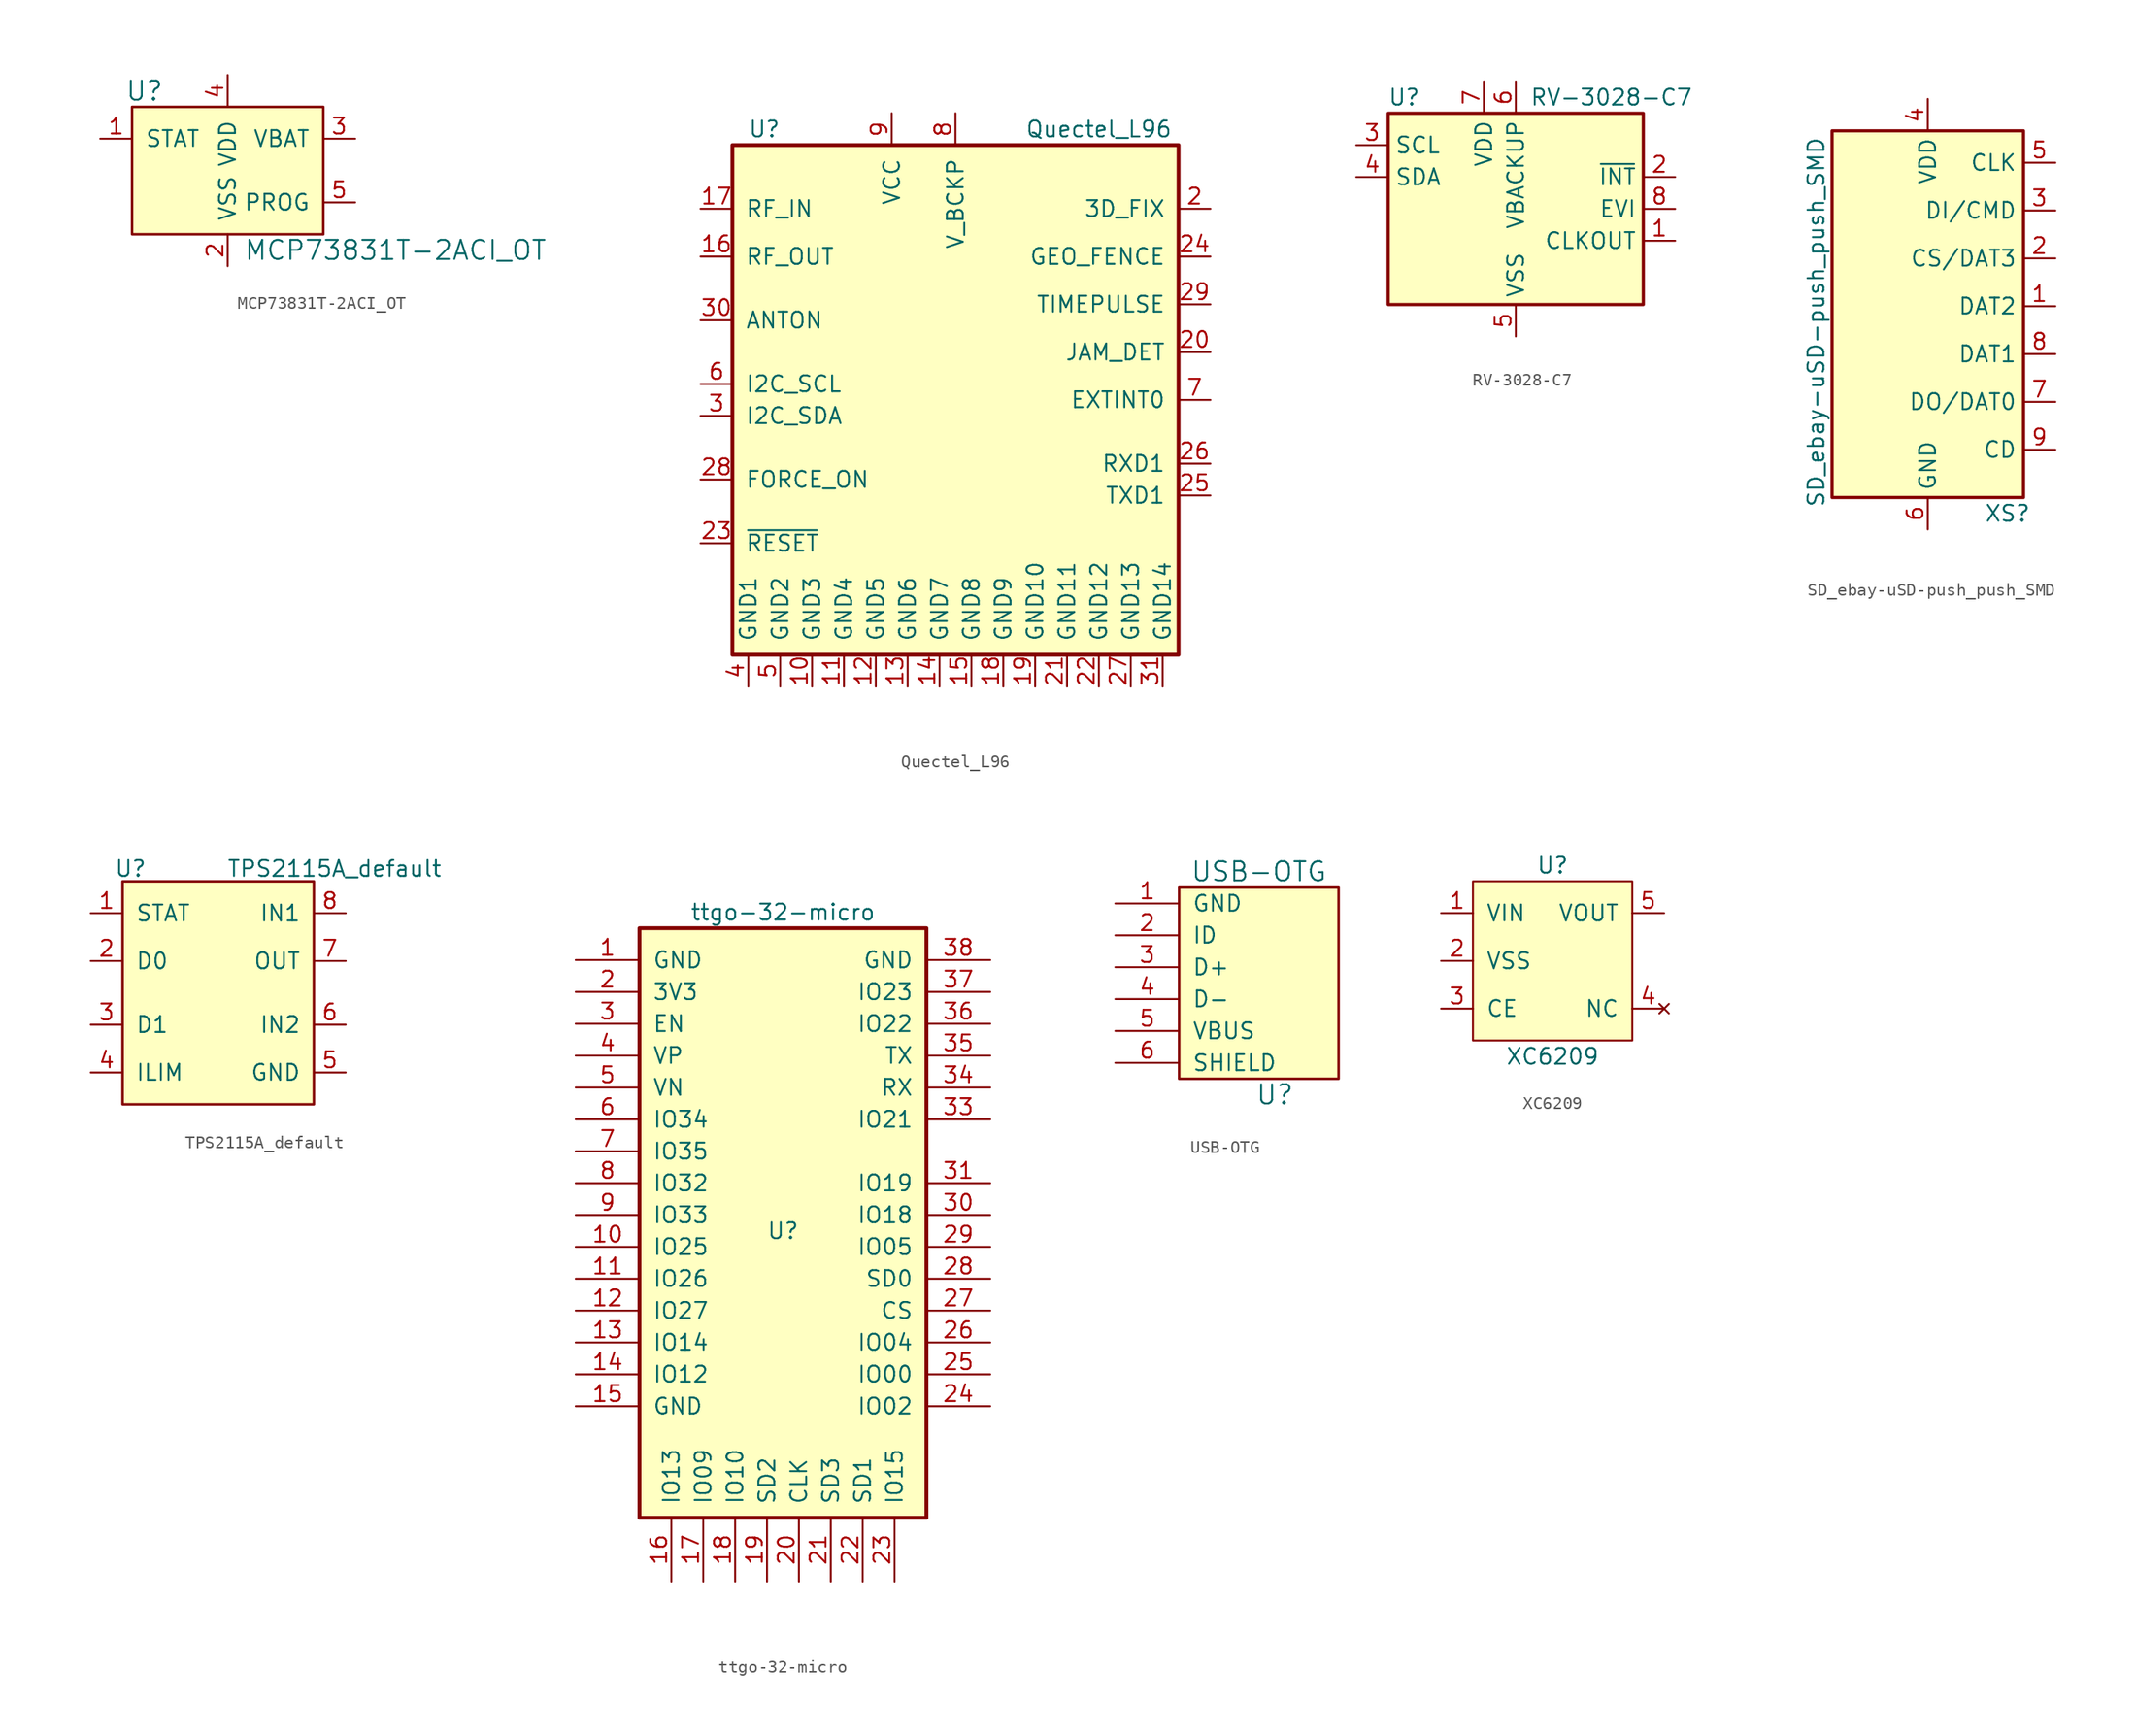
<source format=kicad_sym>
(kicad_symbol_lib
  (version 20210619)
  (generator kicad_symbol_editor)
  (symbol "open-Smartwatch:MCP73831T-2ACI_OT"
    (pin_names
      (offset 1.016))
    (property "Reference" "U"
      (at -5.08 6.35 0)
      (effects (font (size 1.524 1.524)) (justify right)))
    (property "Value" "MCP73831T-2ACI_OT"
      (at 1.27 -6.35 0)
      (effects (font (size 1.524 1.524)) (justify left)))
    (symbol "MCP73831T-2ACI_OT_0_1"
      (rectangle (start 7.62 5.08) (end -7.62 -5.08) (stroke (width 0.203)) (fill (type background))))
    (symbol "MCP73831T-2ACI_OT_1_1"
      (pin output line (at -10.16 2.54 0) (length 2.54) (name "STAT" (effects (font (size 1.27 1.27)))) (number "1" (effects (font (size 1.27 1.27)))))
      (pin power_in line (at 0 -7.62 90) (length 2.54) (name "VSS" (effects (font (size 1.27 1.27)))) (number "2" (effects (font (size 1.27 1.27)))))
      (pin power_out line (at 10.16 2.54 180) (length 2.54) (name "VBAT" (effects (font (size 1.27 1.27)))) (number "3" (effects (font (size 1.27 1.27)))))
      (pin power_in line (at 0 7.62 270) (length 2.54) (name "VDD" (effects (font (size 1.27 1.27)))) (number "4" (effects (font (size 1.27 1.27)))))
      (pin input line (at 10.16 -2.54 180) (length 2.54) (name "PROG" (effects (font (size 1.27 1.27)))) (number "5" (effects (font (size 1.27 1.27)))))))
  (symbol "open-Smartwatch:Quectel_L96"
    (pin_names
      (offset 1.016))
    (property "Reference" "U"
      (at -15.24 21.59 0)
      (effects (font (size 1.27 1.27))))
    (property "Value" "Quectel_L96"
      (at 11.43 21.59 0)
      (effects (font (size 1.27 1.27))))
    (symbol "Quectel_L96_0_0"
      (pin no_connect line (at 17.78 -11.43 180) (length 2.54) hide (name "NC1" (effects (font (size 1.27 1.27)))) (number "1" (effects (font (size 1.27 1.27)))))
      (pin power_in line (at -11.43 -22.86 90) (length 2.54) (name "GND3" (effects (font (size 1.27 1.27)))) (number "10" (effects (font (size 1.27 1.27)))))
      (pin power_in line (at -8.89 -22.86 90) (length 2.54) (name "GND4" (effects (font (size 1.27 1.27)))) (number "11" (effects (font (size 1.27 1.27)))))
      (pin power_in line (at -6.35 -22.86 90) (length 2.54) (name "GND5" (effects (font (size 1.27 1.27)))) (number "12" (effects (font (size 1.27 1.27)))))
      (pin power_in line (at -3.81 -22.86 90) (length 2.54) (name "GND6" (effects (font (size 1.27 1.27)))) (number "13" (effects (font (size 1.27 1.27)))))
      (pin power_in line (at -1.27 -22.86 90) (length 2.54) (name "GND7" (effects (font (size 1.27 1.27)))) (number "14" (effects (font (size 1.27 1.27)))))
      (pin power_in line (at 1.27 -22.86 90) (length 2.54) (name "GND8" (effects (font (size 1.27 1.27)))) (number "15" (effects (font (size 1.27 1.27)))))
      (pin output line (at -20.32 11.43 0) (length 2.54) (name "RF_OUT" (effects (font (size 1.27 1.27)))) (number "16" (effects (font (size 1.27 1.27)))))
      (pin input line (at -20.32 15.24 0) (length 2.54) (name "RF_IN" (effects (font (size 1.27 1.27)))) (number "17" (effects (font (size 1.27 1.27)))))
      (pin power_in line (at 3.81 -22.86 90) (length 2.54) (name "GND9" (effects (font (size 1.27 1.27)))) (number "18" (effects (font (size 1.27 1.27)))))
      (pin power_in line (at 6.35 -22.86 90) (length 2.54) (name "GND10" (effects (font (size 1.27 1.27)))) (number "19" (effects (font (size 1.27 1.27)))))
      (pin output line (at 20.32 15.24 180) (length 2.54) (name "3D_FIX" (effects (font (size 1.27 1.27)))) (number "2" (effects (font (size 1.27 1.27)))))
      (pin output line (at 20.32 3.81 180) (length 2.54) (name "JAM_DET" (effects (font (size 1.27 1.27)))) (number "20" (effects (font (size 1.27 1.27)))))
      (pin power_in line (at 8.89 -22.86 90) (length 2.54) (name "GND11" (effects (font (size 1.27 1.27)))) (number "21" (effects (font (size 1.27 1.27)))))
      (pin power_in line (at 11.43 -22.86 90) (length 2.54) (name "GND12" (effects (font (size 1.27 1.27)))) (number "22" (effects (font (size 1.27 1.27)))))
      (pin input line (at -20.32 -11.43 0) (length 2.54) (name "~{RESET}" (effects (font (size 1.27 1.27)))) (number "23" (effects (font (size 1.27 1.27)))))
      (pin output line (at 20.32 11.43 180) (length 2.54) (name "GEO_FENCE" (effects (font (size 1.27 1.27)))) (number "24" (effects (font (size 1.27 1.27)))))
      (pin output line (at 20.32 -7.62 180) (length 2.54) (name "TXD1" (effects (font (size 1.27 1.27)))) (number "25" (effects (font (size 1.27 1.27)))))
      (pin input line (at 20.32 -5.08 180) (length 2.54) (name "RXD1" (effects (font (size 1.27 1.27)))) (number "26" (effects (font (size 1.27 1.27)))))
      (pin power_in line (at 13.97 -22.86 90) (length 2.54) (name "GND13" (effects (font (size 1.27 1.27)))) (number "27" (effects (font (size 1.27 1.27)))))
      (pin input line (at -20.32 -6.35 0) (length 2.54) (name "FORCE_ON" (effects (font (size 1.27 1.27)))) (number "28" (effects (font (size 1.27 1.27)))))
      (pin output line (at 20.32 7.62 180) (length 2.54) (name "TIMEPULSE" (effects (font (size 1.27 1.27)))) (number "29" (effects (font (size 1.27 1.27)))))
      (pin bidirectional line (at -20.32 -1.27 0) (length 2.54) (name "I2C_SDA" (effects (font (size 1.27 1.27)))) (number "3" (effects (font (size 1.27 1.27)))))
      (pin output line (at -20.32 6.35 0) (length 2.54) (name "ANTON" (effects (font (size 1.27 1.27)))) (number "30" (effects (font (size 1.27 1.27)))))
      (pin power_in line (at 16.51 -22.86 90) (length 2.54) (name "GND14" (effects (font (size 1.27 1.27)))) (number "31" (effects (font (size 1.27 1.27)))))
      (pin power_in line (at -16.51 -22.86 90) (length 2.54) (name "GND1" (effects (font (size 1.27 1.27)))) (number "4" (effects (font (size 1.27 1.27)))))
      (pin power_in line (at -13.97 -22.86 90) (length 2.54) (name "GND2" (effects (font (size 1.27 1.27)))) (number "5" (effects (font (size 1.27 1.27)))))
      (pin bidirectional line (at -20.32 1.27 0) (length 2.54) (name "I2C_SCL" (effects (font (size 1.27 1.27)))) (number "6" (effects (font (size 1.27 1.27)))))
      (pin input line (at 20.32 0 180) (length 2.54) (name "EXTINT0" (effects (font (size 1.27 1.27)))) (number "7" (effects (font (size 1.27 1.27)))))
      (pin power_in line (at 0 22.86 270) (length 2.54) (name "V_BCKP" (effects (font (size 1.27 1.27)))) (number "8" (effects (font (size 1.27 1.27)))))
      (pin power_in line (at -5.08 22.86 270) (length 2.54) (name "VCC" (effects (font (size 1.27 1.27)))) (number "9" (effects (font (size 1.27 1.27))))))
    (symbol "Quectel_L96_0_1"
      (rectangle (start -17.78 20.32) (end 17.78 -20.32) (stroke (width 0.305)) (fill (type background)))))
  (symbol "open-Smartwatch:RV-3028-C7"
    (property "Reference" "U"
      (at -8.89 8.89 0)
      (effects (font (size 1.27 1.27))))
    (property "Value" "RV-3028-C7"
      (at 7.62 8.89 0)
      (effects (font (size 1.27 1.27))))
    (symbol "RV-3028-C7_0_1"
      (rectangle (start 10.16 7.62) (end -10.16 -7.62) (stroke (width 0.254)) (fill (type background))))
    (symbol "RV-3028-C7_1_1"
      (pin open_collector line (at 12.7 -2.54 180) (length 2.54) (name "CLKOUT" (effects (font (size 1.27 1.27)))) (number "1" (effects (font (size 1.27 1.27)))))
      (pin open_collector line (at 12.7 2.54 180) (length 2.54) (name "~{INT}" (effects (font (size 1.27 1.27)))) (number "2" (effects (font (size 1.27 1.27)))))
      (pin input line (at -12.7 5.08 0) (length 2.54) (name "SCL" (effects (font (size 1.27 1.27)))) (number "3" (effects (font (size 1.27 1.27)))))
      (pin bidirectional line (at -12.7 2.54 0) (length 2.54) (name "SDA" (effects (font (size 1.27 1.27)))) (number "4" (effects (font (size 1.27 1.27)))))
      (pin power_in line (at 0 -10.16 90) (length 2.54) (name "VSS" (effects (font (size 1.27 1.27)))) (number "5" (effects (font (size 1.27 1.27)))))
      (pin power_in line (at 0 10.16 270) (length 2.54) (name "VBACKUP" (effects (font (size 1.27 1.27)))) (number "6" (effects (font (size 1.27 1.27)))))
      (pin power_in line (at -2.54 10.16 270) (length 2.54) (name "VDD" (effects (font (size 1.27 1.27)))) (number "7" (effects (font (size 1.27 1.27)))))
      (pin input line (at 12.7 0 180) (length 2.54) (name "EVI" (effects (font (size 1.27 1.27)))) (number "8" (effects (font (size 1.27 1.27)))))))
  (symbol "open-Smartwatch:SD_ebay-uSD-push_push_SMD"
    (property "Reference" "XS"
      (at 6.35 -16.51 0)
      (effects (font (size 1.27 1.27))))
    (property "Value" "SD_ebay-uSD-push_push_SMD"
      (at -8.89 -1.27 90)
      (effects (font (size 1.27 1.27))))
    (symbol "SD_ebay-uSD-push_push_SMD_0_0"
      (rectangle (start 7.62 13.97) (end -7.62 -15.24) (stroke (width 0.254)) (fill (type background))))
    (symbol "SD_ebay-uSD-push_push_SMD_1_1"
      (pin bidirectional line (at 10.16 0 180) (length 2.54) (name "DAT2" (effects (font (size 1.27 1.27)))) (number "1" (effects (font (size 1.27 1.27)))))
      (pin input line (at 10.16 3.81 180) (length 2.54) (name "CS/DAT3" (effects (font (size 1.27 1.27)))) (number "2" (effects (font (size 1.27 1.27)))))
      (pin input line (at 10.16 7.62 180) (length 2.54) (name "DI/CMD" (effects (font (size 1.27 1.27)))) (number "3" (effects (font (size 1.27 1.27)))))
      (pin input line (at 0 16.51 270) (length 2.54) (name "VDD" (effects (font (size 1.27 1.27)))) (number "4" (effects (font (size 1.27 1.27)))))
      (pin input line (at 10.16 11.43 180) (length 2.54) (name "CLK" (effects (font (size 1.27 1.27)))) (number "5" (effects (font (size 1.27 1.27)))))
      (pin input line (at 0 -17.78 90) (length 2.54) (name "GND" (effects (font (size 1.27 1.27)))) (number "6" (effects (font (size 1.27 1.27)))))
      (pin input line (at 10.16 -7.62 180) (length 2.54) (name "DO/DAT0" (effects (font (size 1.27 1.27)))) (number "7" (effects (font (size 1.27 1.27)))))
      (pin bidirectional line (at 10.16 -3.81 180) (length 2.54) (name "DAT1" (effects (font (size 1.27 1.27)))) (number "8" (effects (font (size 1.27 1.27)))))
      (pin input line (at 10.16 -11.43 180) (length 2.54) (name "CD" (effects (font (size 1.27 1.27)))) (number "9" (effects (font (size 1.27 1.27)))))))
  (symbol "open-Smartwatch:TPS2115A_default"
    (pin_names
      (offset 1.016))
    (property "Reference" "U"
      (at -6.985 9.906 0)
      (effects (font (size 1.27 1.27))))
    (property "Value" "TPS2115A_default"
      (at 9.271 9.906 0)
      (effects (font (size 1.27 1.27))))
    (symbol "TPS2115A_default_0_0"
      (pin passive line (at -10.16 6.35 0) (length 2.54) (name "STAT" (effects (font (size 1.27 1.27)))) (number "1" (effects (font (size 1.27 1.27)))))
      (pin passive line (at -10.16 2.54 0) (length 2.54) (name "D0" (effects (font (size 1.27 1.27)))) (number "2" (effects (font (size 1.27 1.27)))))
      (pin input line (at -10.16 -2.54 0) (length 2.54) (name "D1" (effects (font (size 1.27 1.27)))) (number "3" (effects (font (size 1.27 1.27)))))
      (pin passive line (at -10.16 -6.35 0) (length 2.54) (name "ILIM" (effects (font (size 1.27 1.27)))) (number "4" (effects (font (size 1.27 1.27)))))
      (pin power_in line (at 10.16 -6.35 180) (length 2.54) (name "GND" (effects (font (size 1.27 1.27)))) (number "5" (effects (font (size 1.27 1.27)))))
      (pin power_in line (at 10.16 -2.54 180) (length 2.54) (name "IN2" (effects (font (size 1.27 1.27)))) (number "6" (effects (font (size 1.27 1.27)))))
      (pin power_out line (at 10.16 2.54 180) (length 2.54) (name "OUT" (effects (font (size 1.27 1.27)))) (number "7" (effects (font (size 1.27 1.27)))))
      (pin power_in line (at 10.16 6.35 180) (length 2.54) (name "IN1" (effects (font (size 1.27 1.27)))) (number "8" (effects (font (size 1.27 1.27))))))
    (symbol "TPS2115A_default_0_1"
      (rectangle (start -7.62 8.89) (end 7.62 -8.89) (stroke (width 0.203)) (fill (type background)))))
  (symbol "open-Smartwatch:ttgo-32-micro"
    (pin_names
      (offset 1.016))
    (property "Reference" "U"
      (at 0 -3.81 0)
      (effects (font (size 1.27 1.27))))
    (property "Value" "ttgo-32-micro"
      (at 0 21.59 0)
      (effects (font (size 1.27 1.27))))
    (symbol "ttgo-32-micro_0_1"
      (rectangle (start -11.43 20.32) (end 11.43 -26.67) (stroke (width 0.305)) (fill (type background))))
    (symbol "ttgo-32-micro_1_1"
      (pin power_in line (at -16.51 17.78 0) (length 5.08) (name "GND" (effects (font (size 1.27 1.27)))) (number "1" (effects (font (size 1.27 1.27)))))
      (pin bidirectional line (at -16.51 -5.08 0) (length 5.08) (name "IO25" (effects (font (size 1.27 1.27)))) (number "10" (effects (font (size 1.27 1.27)))))
      (pin bidirectional line (at -16.51 -7.62 0) (length 5.08) (name "IO26" (effects (font (size 1.27 1.27)))) (number "11" (effects (font (size 1.27 1.27)))))
      (pin bidirectional line (at -16.51 -10.16 0) (length 5.08) (name "IO27" (effects (font (size 1.27 1.27)))) (number "12" (effects (font (size 1.27 1.27)))))
      (pin bidirectional line (at -16.51 -12.7 0) (length 5.08) (name "IO14" (effects (font (size 1.27 1.27)))) (number "13" (effects (font (size 1.27 1.27)))))
      (pin bidirectional line (at -16.51 -15.24 0) (length 5.08) (name "IO12" (effects (font (size 1.27 1.27)))) (number "14" (effects (font (size 1.27 1.27)))))
      (pin power_in line (at -16.51 -17.78 0) (length 5.08) (name "GND" (effects (font (size 1.27 1.27)))) (number "15" (effects (font (size 1.27 1.27)))))
      (pin bidirectional line (at -8.89 -31.75 90) (length 5.08) (name "IO13" (effects (font (size 1.27 1.27)))) (number "16" (effects (font (size 1.27 1.27)))))
      (pin bidirectional line (at -6.35 -31.75 90) (length 5.08) (name "IO09" (effects (font (size 1.27 1.27)))) (number "17" (effects (font (size 1.27 1.27)))))
      (pin bidirectional line (at -3.81 -31.75 90) (length 5.08) (name "IO10" (effects (font (size 1.27 1.27)))) (number "18" (effects (font (size 1.27 1.27)))))
      (pin bidirectional line (at -1.27 -31.75 90) (length 5.08) (name "SD2" (effects (font (size 1.27 1.27)))) (number "19" (effects (font (size 1.27 1.27)))))
      (pin power_in line (at -16.51 15.24 0) (length 5.08) (name "3V3" (effects (font (size 1.27 1.27)))) (number "2" (effects (font (size 1.27 1.27)))))
      (pin bidirectional line (at 1.27 -31.75 90) (length 5.08) (name "CLK" (effects (font (size 1.27 1.27)))) (number "20" (effects (font (size 1.27 1.27)))))
      (pin bidirectional line (at 3.81 -31.75 90) (length 5.08) (name "SD3" (effects (font (size 1.27 1.27)))) (number "21" (effects (font (size 1.27 1.27)))))
      (pin bidirectional line (at 6.35 -31.75 90) (length 5.08) (name "SD1" (effects (font (size 1.27 1.27)))) (number "22" (effects (font (size 1.27 1.27)))))
      (pin bidirectional line (at 8.89 -31.75 90) (length 5.08) (name "IO15" (effects (font (size 1.27 1.27)))) (number "23" (effects (font (size 1.27 1.27)))))
      (pin bidirectional line (at 16.51 -17.78 180) (length 5.08) (name "IO02" (effects (font (size 1.27 1.27)))) (number "24" (effects (font (size 1.27 1.27)))))
      (pin bidirectional line (at 16.51 -15.24 180) (length 5.08) (name "IO00" (effects (font (size 1.27 1.27)))) (number "25" (effects (font (size 1.27 1.27)))))
      (pin bidirectional line (at 16.51 -12.7 180) (length 5.08) (name "IO04" (effects (font (size 1.27 1.27)))) (number "26" (effects (font (size 1.27 1.27)))))
      (pin bidirectional line (at 16.51 -10.16 180) (length 5.08) (name "CS" (effects (font (size 1.27 1.27)))) (number "27" (effects (font (size 1.27 1.27)))))
      (pin bidirectional line (at 16.51 -7.62 180) (length 5.08) (name "SD0" (effects (font (size 1.27 1.27)))) (number "28" (effects (font (size 1.27 1.27)))))
      (pin bidirectional line (at 16.51 -5.08 180) (length 5.08) (name "IO05" (effects (font (size 1.27 1.27)))) (number "29" (effects (font (size 1.27 1.27)))))
      (pin input line (at -16.51 12.7 0) (length 5.08) (name "EN" (effects (font (size 1.27 1.27)))) (number "3" (effects (font (size 1.27 1.27)))))
      (pin bidirectional line (at 16.51 -2.54 180) (length 5.08) (name "IO18" (effects (font (size 1.27 1.27)))) (number "30" (effects (font (size 1.27 1.27)))))
      (pin bidirectional line (at 16.51 0 180) (length 5.08) (name "IO19" (effects (font (size 1.27 1.27)))) (number "31" (effects (font (size 1.27 1.27)))))
      (pin no_connect line (at 11.43 2.54 0) (length 5.08) hide (name "NC" (effects (font (size 1.27 1.27)))) (number "32" (effects (font (size 1.27 1.27)))))
      (pin bidirectional line (at 16.51 5.08 180) (length 5.08) (name "IO21" (effects (font (size 1.27 1.27)))) (number "33" (effects (font (size 1.27 1.27)))))
      (pin bidirectional line (at 16.51 7.62 180) (length 5.08) (name "RX" (effects (font (size 1.27 1.27)))) (number "34" (effects (font (size 1.27 1.27)))))
      (pin bidirectional line (at 16.51 10.16 180) (length 5.08) (name "TX" (effects (font (size 1.27 1.27)))) (number "35" (effects (font (size 1.27 1.27)))))
      (pin bidirectional line (at 16.51 12.7 180) (length 5.08) (name "IO22" (effects (font (size 1.27 1.27)))) (number "36" (effects (font (size 1.27 1.27)))))
      (pin bidirectional line (at 16.51 15.24 180) (length 5.08) (name "IO23" (effects (font (size 1.27 1.27)))) (number "37" (effects (font (size 1.27 1.27)))))
      (pin power_in line (at 16.51 17.78 180) (length 5.08) (name "GND" (effects (font (size 1.27 1.27)))) (number "38" (effects (font (size 1.27 1.27)))))
      (pin bidirectional line (at -16.51 10.16 0) (length 5.08) (name "VP" (effects (font (size 1.27 1.27)))) (number "4" (effects (font (size 1.27 1.27)))))
      (pin bidirectional line (at -16.51 7.62 0) (length 5.08) (name "VN" (effects (font (size 1.27 1.27)))) (number "5" (effects (font (size 1.27 1.27)))))
      (pin bidirectional line (at -16.51 5.08 0) (length 5.08) (name "IO34" (effects (font (size 1.27 1.27)))) (number "6" (effects (font (size 1.27 1.27)))))
      (pin bidirectional line (at -16.51 2.54 0) (length 5.08) (name "IO35" (effects (font (size 1.27 1.27)))) (number "7" (effects (font (size 1.27 1.27)))))
      (pin bidirectional line (at -16.51 0 0) (length 5.08) (name "IO32" (effects (font (size 1.27 1.27)))) (number "8" (effects (font (size 1.27 1.27)))))
      (pin bidirectional line (at -16.51 -2.54 0) (length 5.08) (name "IO33" (effects (font (size 1.27 1.27)))) (number "9" (effects (font (size 1.27 1.27)))))))
  (symbol "open-Smartwatch:USB-OTG"
    (pin_names
      (offset 1.016))
    (property "Reference" "U"
      (at 6.35 -5.08 0)
      (effects (font (size 1.524 1.524))))
    (property "Value" "USB-OTG"
      (at 5.08 12.7 0)
      (effects (font (size 1.524 1.524))))
    (symbol "USB-OTG_0_1"
      (rectangle (start -1.27 11.43) (end 11.43 -3.81) (stroke (width 0.203)) (fill (type background))))
    (symbol "USB-OTG_1_1"
      (pin power_in line (at -6.35 10.16 0) (length 5.08) (name "GND" (effects (font (size 1.27 1.27)))) (number "1" (effects (font (size 1.27 1.27)))))
      (pin input line (at -6.35 7.62 0) (length 5.08) (name "ID" (effects (font (size 1.27 1.27)))) (number "2" (effects (font (size 1.27 1.27)))))
      (pin input line (at -6.35 5.08 0) (length 5.08) (name "D+" (effects (font (size 1.27 1.27)))) (number "3" (effects (font (size 1.27 1.27)))))
      (pin input line (at -6.35 2.54 0) (length 5.08) (name "D-" (effects (font (size 1.27 1.27)))) (number "4" (effects (font (size 1.27 1.27)))))
      (pin power_in line (at -6.35 0 0) (length 5.08) (name "VBUS" (effects (font (size 1.27 1.27)))) (number "5" (effects (font (size 1.27 1.27)))))
      (pin input line (at -6.35 -2.54 0) (length 5.08) (name "SHIELD" (effects (font (size 1.27 1.27)))) (number "6" (effects (font (size 1.27 1.27)))))))
  (symbol "open-Smartwatch:XC6209"
    (pin_names
      (offset 1.016))
    (property "Reference" "U"
      (at 0 7.62 0)
      (effects (font (size 1.27 1.27))))
    (property "Value" "XC6209"
      (at 0 -7.62 0)
      (effects (font (size 1.27 1.27))))
    (symbol "XC6209_0_1"
      (rectangle (start -6.35 6.35) (end 6.35 -6.35) (stroke (width 0)) (fill (type background))))
    (symbol "XC6209_1_1"
      (pin power_in line (at -8.89 3.81 0) (length 2.54) (name "VIN" (effects (font (size 1.27 1.27)))) (number "1" (effects (font (size 1.27 1.27)))))
      (pin power_in line (at -8.89 0 0) (length 2.54) (name "VSS" (effects (font (size 1.27 1.27)))) (number "2" (effects (font (size 1.27 1.27)))))
      (pin input line (at -8.89 -3.81 0) (length 2.54) (name "CE" (effects (font (size 1.27 1.27)))) (number "3" (effects (font (size 1.27 1.27)))))
      (pin no_connect line (at 8.89 -3.81 180) (length 2.54) (name "NC" (effects (font (size 1.27 1.27)))) (number "4" (effects (font (size 1.27 1.27)))))
      (pin power_out line (at 8.89 3.81 180) (length 2.54) (name "VOUT" (effects (font (size 1.27 1.27)))) (number "5" (effects (font (size 1.27 1.27))))))))
</source>
